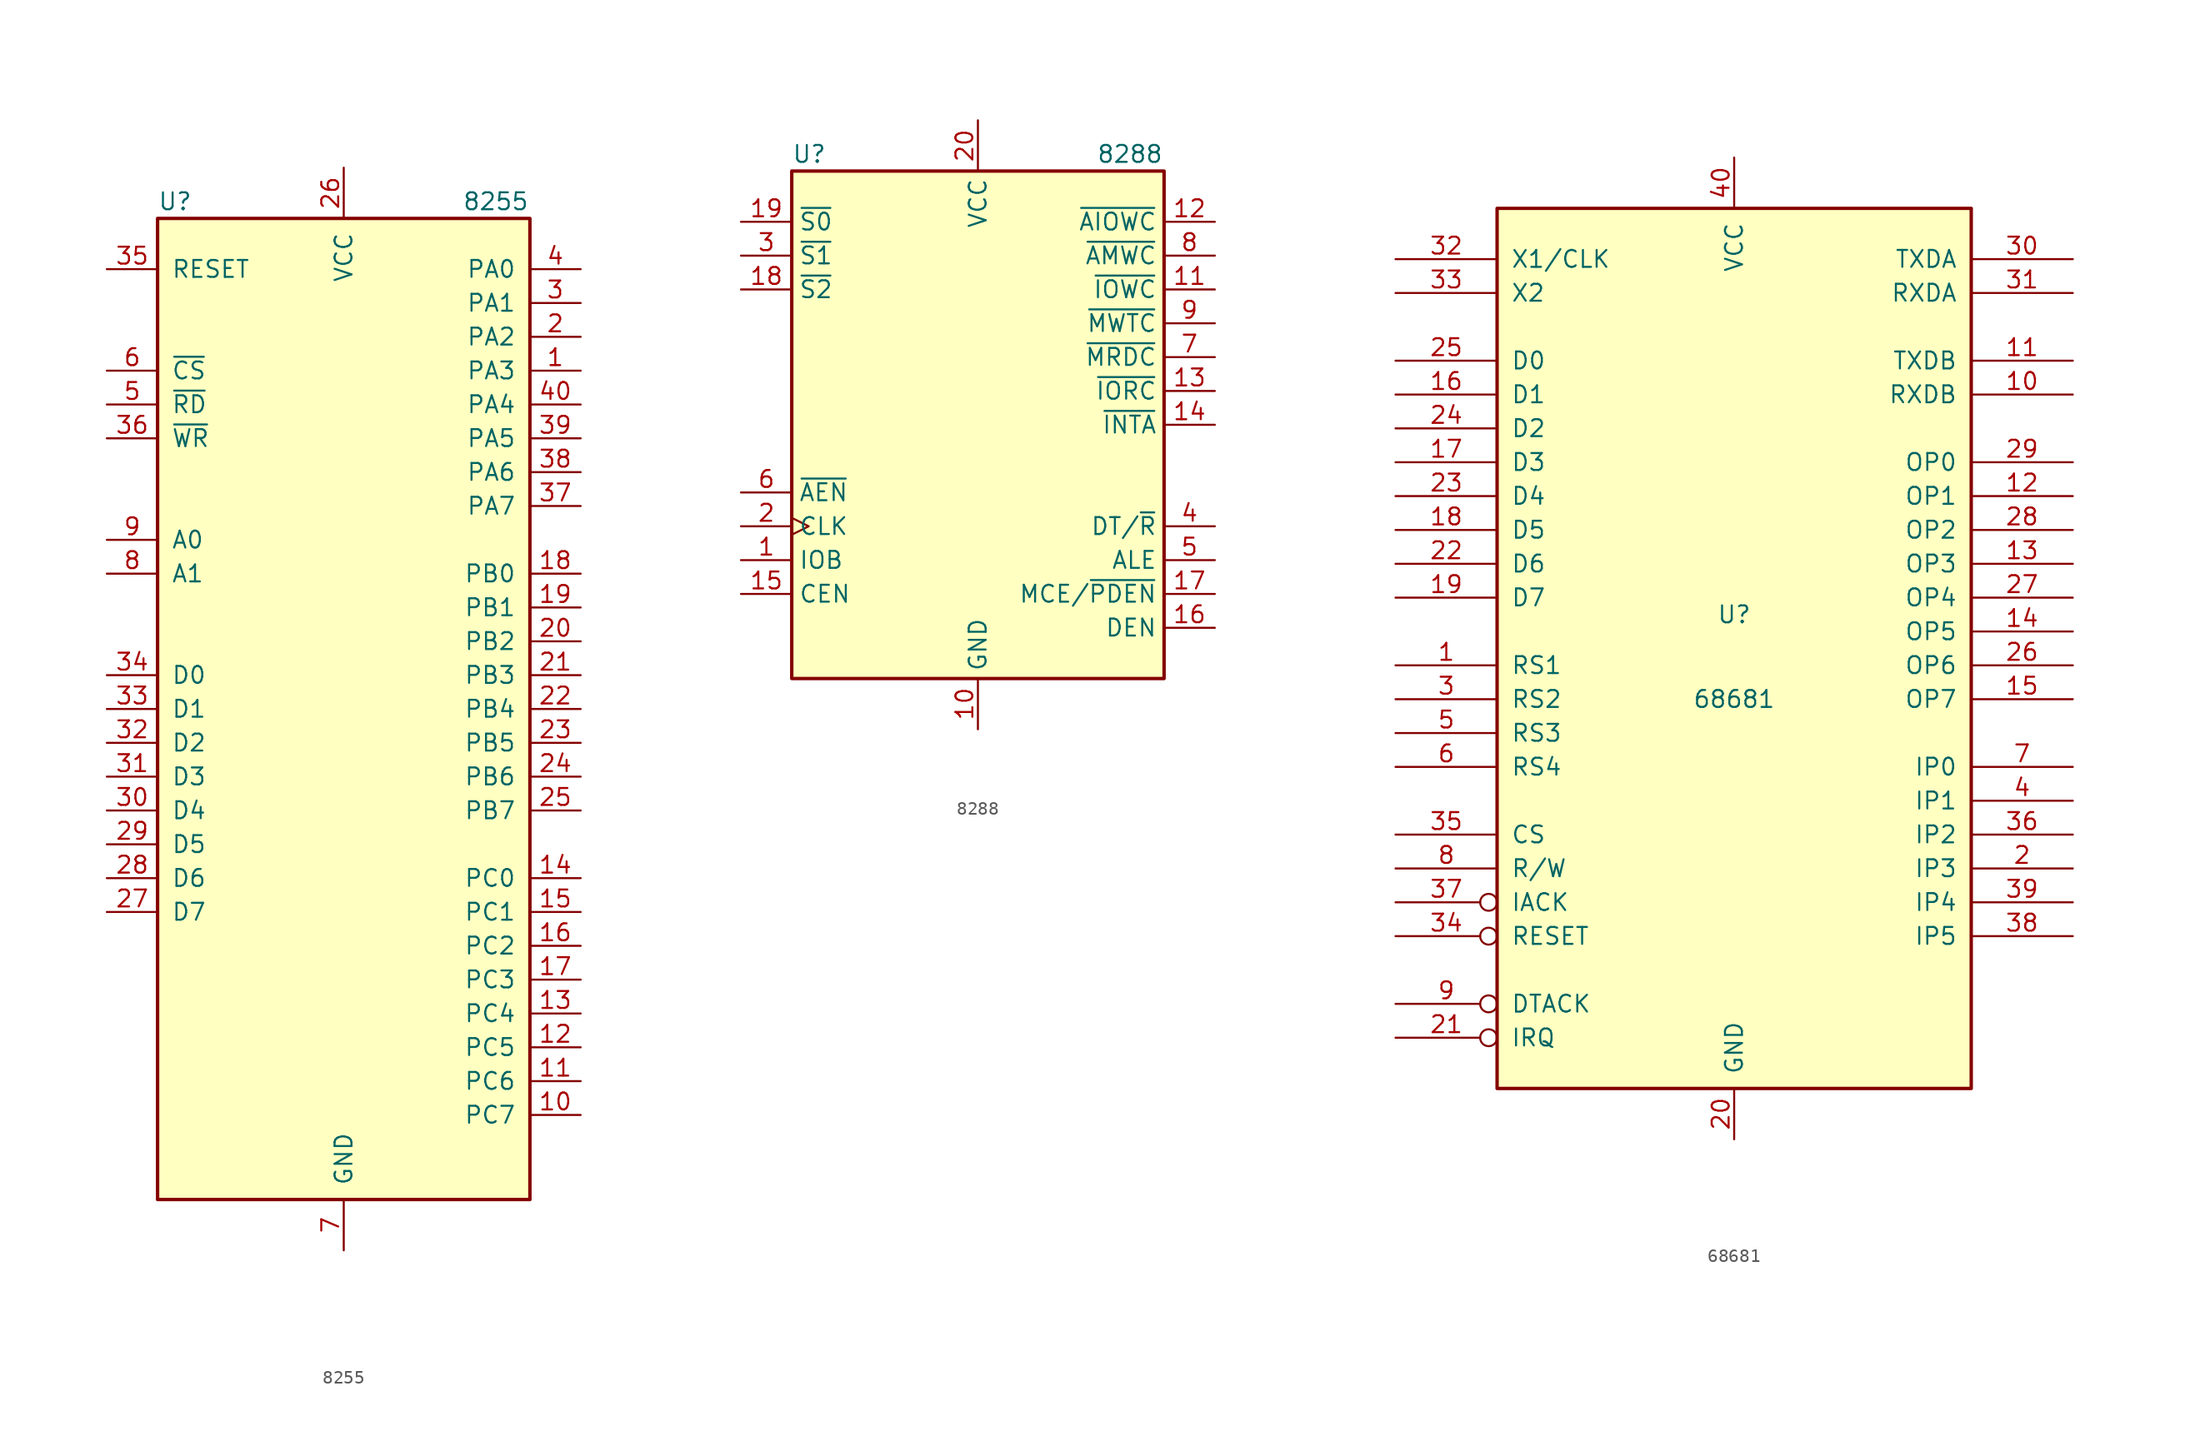
<source format=kicad_sym>
(kicad_symbol_lib
  (version 20241209)
  (generator "kicad_symbol_editor")
  (generator_version "9.0")
  (symbol "8255"
    (pin_names
      (offset 1.016))
    (property "Reference" "U"
      (at -13.97 38.1 0)
      (effects (font (size 1.27 1.27)) (justify left)))
    (property "Value" "8255"
      (at 8.89 38.1 0)
      (effects (font (size 1.27 1.27)) (justify left)))
    (symbol "8255_1_1"
      (rectangle (start -13.97 -36.83) (end 13.97 36.83) (stroke (width 0.254) (type default)) (fill (type background)))
      (pin input line (at -17.78 33.02 0) (length 3.81) (name "RESET" (effects (font (size 1.27 1.27)))) (number "35" (effects (font (size 1.27 1.27)))))
      (pin input line (at -17.78 25.4 0) (length 3.81) (name "~{CS}" (effects (font (size 1.27 1.27)))) (number "6" (effects (font (size 1.27 1.27)))))
      (pin input line (at -17.78 22.86 0) (length 3.81) (name "~{RD}" (effects (font (size 1.27 1.27)))) (number "5" (effects (font (size 1.27 1.27)))))
      (pin input line (at -17.78 20.32 0) (length 3.81) (name "~{WR}" (effects (font (size 1.27 1.27)))) (number "36" (effects (font (size 1.27 1.27)))))
      (pin input line (at -17.78 12.7 0) (length 3.81) (name "A0" (effects (font (size 1.27 1.27)))) (number "9" (effects (font (size 1.27 1.27)))))
      (pin input line (at -17.78 10.16 0) (length 3.81) (name "A1" (effects (font (size 1.27 1.27)))) (number "8" (effects (font (size 1.27 1.27)))))
      (pin bidirectional line (at -17.78 2.54 0) (length 3.81) (name "D0" (effects (font (size 1.27 1.27)))) (number "34" (effects (font (size 1.27 1.27)))))
      (pin bidirectional line (at -17.78 0 0) (length 3.81) (name "D1" (effects (font (size 1.27 1.27)))) (number "33" (effects (font (size 1.27 1.27)))))
      (pin bidirectional line (at -17.78 -2.54 0) (length 3.81) (name "D2" (effects (font (size 1.27 1.27)))) (number "32" (effects (font (size 1.27 1.27)))))
      (pin bidirectional line (at -17.78 -5.08 0) (length 3.81) (name "D3" (effects (font (size 1.27 1.27)))) (number "31" (effects (font (size 1.27 1.27)))))
      (pin bidirectional line (at -17.78 -7.62 0) (length 3.81) (name "D4" (effects (font (size 1.27 1.27)))) (number "30" (effects (font (size 1.27 1.27)))))
      (pin bidirectional line (at -17.78 -10.16 0) (length 3.81) (name "D5" (effects (font (size 1.27 1.27)))) (number "29" (effects (font (size 1.27 1.27)))))
      (pin bidirectional line (at -17.78 -12.7 0) (length 3.81) (name "D6" (effects (font (size 1.27 1.27)))) (number "28" (effects (font (size 1.27 1.27)))))
      (pin bidirectional line (at -17.78 -15.24 0) (length 3.81) (name "D7" (effects (font (size 1.27 1.27)))) (number "27" (effects (font (size 1.27 1.27)))))
      (pin power_in line (at 0 40.64 270) (length 3.81) (name "VCC" (effects (font (size 1.27 1.27)))) (number "26" (effects (font (size 1.27 1.27)))))
      (pin power_in line (at 0 -40.64 90) (length 3.81) (name "GND" (effects (font (size 1.27 1.27)))) (number "7" (effects (font (size 1.27 1.27)))))
      (pin bidirectional line (at 17.78 33.02 180) (length 3.81) (name "PA0" (effects (font (size 1.27 1.27)))) (number "4" (effects (font (size 1.27 1.27)))))
      (pin bidirectional line (at 17.78 30.48 180) (length 3.81) (name "PA1" (effects (font (size 1.27 1.27)))) (number "3" (effects (font (size 1.27 1.27)))))
      (pin bidirectional line (at 17.78 27.94 180) (length 3.81) (name "PA2" (effects (font (size 1.27 1.27)))) (number "2" (effects (font (size 1.27 1.27)))))
      (pin bidirectional line (at 17.78 25.4 180) (length 3.81) (name "PA3" (effects (font (size 1.27 1.27)))) (number "1" (effects (font (size 1.27 1.27)))))
      (pin bidirectional line (at 17.78 22.86 180) (length 3.81) (name "PA4" (effects (font (size 1.27 1.27)))) (number "40" (effects (font (size 1.27 1.27)))))
      (pin bidirectional line (at 17.78 20.32 180) (length 3.81) (name "PA5" (effects (font (size 1.27 1.27)))) (number "39" (effects (font (size 1.27 1.27)))))
      (pin bidirectional line (at 17.78 17.78 180) (length 3.81) (name "PA6" (effects (font (size 1.27 1.27)))) (number "38" (effects (font (size 1.27 1.27)))))
      (pin bidirectional line (at 17.78 15.24 180) (length 3.81) (name "PA7" (effects (font (size 1.27 1.27)))) (number "37" (effects (font (size 1.27 1.27)))))
      (pin bidirectional line (at 17.78 10.16 180) (length 3.81) (name "PB0" (effects (font (size 1.27 1.27)))) (number "18" (effects (font (size 1.27 1.27)))))
      (pin bidirectional line (at 17.78 7.62 180) (length 3.81) (name "PB1" (effects (font (size 1.27 1.27)))) (number "19" (effects (font (size 1.27 1.27)))))
      (pin bidirectional line (at 17.78 5.08 180) (length 3.81) (name "PB2" (effects (font (size 1.27 1.27)))) (number "20" (effects (font (size 1.27 1.27)))))
      (pin bidirectional line (at 17.78 2.54 180) (length 3.81) (name "PB3" (effects (font (size 1.27 1.27)))) (number "21" (effects (font (size 1.27 1.27)))))
      (pin bidirectional line (at 17.78 0 180) (length 3.81) (name "PB4" (effects (font (size 1.27 1.27)))) (number "22" (effects (font (size 1.27 1.27)))))
      (pin bidirectional line (at 17.78 -2.54 180) (length 3.81) (name "PB5" (effects (font (size 1.27 1.27)))) (number "23" (effects (font (size 1.27 1.27)))))
      (pin bidirectional line (at 17.78 -5.08 180) (length 3.81) (name "PB6" (effects (font (size 1.27 1.27)))) (number "24" (effects (font (size 1.27 1.27)))))
      (pin bidirectional line (at 17.78 -7.62 180) (length 3.81) (name "PB7" (effects (font (size 1.27 1.27)))) (number "25" (effects (font (size 1.27 1.27)))))
      (pin bidirectional line (at 17.78 -12.7 180) (length 3.81) (name "PC0" (effects (font (size 1.27 1.27)))) (number "14" (effects (font (size 1.27 1.27)))))
      (pin bidirectional line (at 17.78 -15.24 180) (length 3.81) (name "PC1" (effects (font (size 1.27 1.27)))) (number "15" (effects (font (size 1.27 1.27)))))
      (pin bidirectional line (at 17.78 -17.78 180) (length 3.81) (name "PC2" (effects (font (size 1.27 1.27)))) (number "16" (effects (font (size 1.27 1.27)))))
      (pin bidirectional line (at 17.78 -20.32 180) (length 3.81) (name "PC3" (effects (font (size 1.27 1.27)))) (number "17" (effects (font (size 1.27 1.27)))))
      (pin bidirectional line (at 17.78 -22.86 180) (length 3.81) (name "PC4" (effects (font (size 1.27 1.27)))) (number "13" (effects (font (size 1.27 1.27)))))
      (pin bidirectional line (at 17.78 -25.4 180) (length 3.81) (name "PC5" (effects (font (size 1.27 1.27)))) (number "12" (effects (font (size 1.27 1.27)))))
      (pin bidirectional line (at 17.78 -27.94 180) (length 3.81) (name "PC6" (effects (font (size 1.27 1.27)))) (number "11" (effects (font (size 1.27 1.27)))))
      (pin bidirectional line (at 17.78 -30.48 180) (length 3.81) (name "PC7" (effects (font (size 1.27 1.27)))) (number "10" (effects (font (size 1.27 1.27)))))))
  (symbol "8288"
    (property "Reference" "U"
      (at -13.97 20.32 0)
      (effects (font (size 1.27 1.27)) (justify left)))
    (property "Value" "8288"
      (at 8.89 20.32 0)
      (effects (font (size 1.27 1.27)) (justify left)))
    (symbol "8288_0_0"
      (rectangle (start -13.97 -19.05) (end 13.97 19.05) (stroke (width 0.254) (type default)) (fill (type background))))
    (symbol "8288_1_1"
      (pin input line (at -17.78 15.24 0) (length 3.81) (name "~{S0}" (effects (font (size 1.27 1.27)))) (number "19" (effects (font (size 1.27 1.27)))))
      (pin input line (at -17.78 12.7 0) (length 3.81) (name "~{S1}" (effects (font (size 1.27 1.27)))) (number "3" (effects (font (size 1.27 1.27)))))
      (pin input line (at -17.78 10.16 0) (length 3.81) (name "~{S2}" (effects (font (size 1.27 1.27)))) (number "18" (effects (font (size 1.27 1.27)))))
      (pin input line (at -17.78 -5.08 0) (length 3.81) (name "~{AEN}" (effects (font (size 1.27 1.27)))) (number "6" (effects (font (size 1.27 1.27)))))
      (pin input clock (at -17.78 -7.62 0) (length 3.81) (name "CLK" (effects (font (size 1.27 1.27)))) (number "2" (effects (font (size 1.27 1.27)))))
      (pin input line (at -17.78 -10.16 0) (length 3.81) (name "IOB" (effects (font (size 1.27 1.27)))) (number "1" (effects (font (size 1.27 1.27)))))
      (pin input line (at -17.78 -12.7 0) (length 3.81) (name "CEN" (effects (font (size 1.27 1.27)))) (number "15" (effects (font (size 1.27 1.27)))))
      (pin power_in line (at 0 22.86 270) (length 3.81) (name "VCC" (effects (font (size 1.27 1.27)))) (number "20" (effects (font (size 1.27 1.27)))))
      (pin power_in line (at 0 -22.86 90) (length 3.81) (name "GND" (effects (font (size 1.27 1.27)))) (number "10" (effects (font (size 1.27 1.27)))))
      (pin tri_state line (at 17.78 15.24 180) (length 3.81) (name "~{AIOWC}" (effects (font (size 1.27 1.27)))) (number "12" (effects (font (size 1.27 1.27)))))
      (pin tri_state line (at 17.78 12.7 180) (length 3.81) (name "~{AMWC}" (effects (font (size 1.27 1.27)))) (number "8" (effects (font (size 1.27 1.27)))))
      (pin tri_state line (at 17.78 10.16 180) (length 3.81) (name "~{IOWC}" (effects (font (size 1.27 1.27)))) (number "11" (effects (font (size 1.27 1.27)))))
      (pin tri_state line (at 17.78 7.62 180) (length 3.81) (name "~{MWTC}" (effects (font (size 1.27 1.27)))) (number "9" (effects (font (size 1.27 1.27)))))
      (pin tri_state line (at 17.78 5.08 180) (length 3.81) (name "~{MRDC}" (effects (font (size 1.27 1.27)))) (number "7" (effects (font (size 1.27 1.27)))))
      (pin tri_state line (at 17.78 2.54 180) (length 3.81) (name "~{IORC}" (effects (font (size 1.27 1.27)))) (number "13" (effects (font (size 1.27 1.27)))))
      (pin tri_state line (at 17.78 0 180) (length 3.81) (name "~{INTA}" (effects (font (size 1.27 1.27)))) (number "14" (effects (font (size 1.27 1.27)))))
      (pin output line (at 17.78 -7.62 180) (length 3.81) (name "DT/~{R}" (effects (font (size 1.27 1.27)))) (number "4" (effects (font (size 1.27 1.27)))))
      (pin output line (at 17.78 -10.16 180) (length 3.81) (name "ALE" (effects (font (size 1.27 1.27)))) (number "5" (effects (font (size 1.27 1.27)))))
      (pin output line (at 17.78 -12.7 180) (length 3.81) (name "MCE/~{PDEN}" (effects (font (size 1.27 1.27)))) (number "17" (effects (font (size 1.27 1.27)))))
      (pin output line (at 17.78 -15.24 180) (length 3.81) (name "DEN" (effects (font (size 1.27 1.27)))) (number "16" (effects (font (size 1.27 1.27)))))))
  (symbol "68681"
    (pin_names
      (offset 1.016))
    (property "Reference" "U"
      (at 0 3.81 0)
      (effects (font (size 1.27 1.27))))
    (property "Value" "68681"
      (at 0 -2.54 0)
      (effects (font (size 1.27 1.27))))
    (symbol "68681_0_1"
      (rectangle (start -17.78 -31.75) (end 17.78 34.29) (stroke (width 0.254) (type default)) (fill (type background))))
    (symbol "68681_1_1"
      (pin input line (at -25.4 30.48 0) (length 7.62) (name "X1/CLK" (effects (font (size 1.27 1.27)))) (number "32" (effects (font (size 1.27 1.27)))))
      (pin input line (at -25.4 27.94 0) (length 7.62) (name "X2" (effects (font (size 1.27 1.27)))) (number "33" (effects (font (size 1.27 1.27)))))
      (pin tri_state line (at -25.4 22.86 0) (length 7.62) (name "D0" (effects (font (size 1.27 1.27)))) (number "25" (effects (font (size 1.27 1.27)))))
      (pin tri_state line (at -25.4 20.32 0) (length 7.62) (name "D1" (effects (font (size 1.27 1.27)))) (number "16" (effects (font (size 1.27 1.27)))))
      (pin tri_state line (at -25.4 17.78 0) (length 7.62) (name "D2" (effects (font (size 1.27 1.27)))) (number "24" (effects (font (size 1.27 1.27)))))
      (pin tri_state line (at -25.4 15.24 0) (length 7.62) (name "D3" (effects (font (size 1.27 1.27)))) (number "17" (effects (font (size 1.27 1.27)))))
      (pin tri_state line (at -25.4 12.7 0) (length 7.62) (name "D4" (effects (font (size 1.27 1.27)))) (number "23" (effects (font (size 1.27 1.27)))))
      (pin tri_state line (at -25.4 10.16 0) (length 7.62) (name "D5" (effects (font (size 1.27 1.27)))) (number "18" (effects (font (size 1.27 1.27)))))
      (pin tri_state line (at -25.4 7.62 0) (length 7.62) (name "D6" (effects (font (size 1.27 1.27)))) (number "22" (effects (font (size 1.27 1.27)))))
      (pin tri_state line (at -25.4 5.08 0) (length 7.62) (name "D7" (effects (font (size 1.27 1.27)))) (number "19" (effects (font (size 1.27 1.27)))))
      (pin input line (at -25.4 0 0) (length 7.62) (name "RS1" (effects (font (size 1.27 1.27)))) (number "1" (effects (font (size 1.27 1.27)))))
      (pin input line (at -25.4 -2.54 0) (length 7.62) (name "RS2" (effects (font (size 1.27 1.27)))) (number "3" (effects (font (size 1.27 1.27)))))
      (pin input line (at -25.4 -5.08 0) (length 7.62) (name "RS3" (effects (font (size 1.27 1.27)))) (number "5" (effects (font (size 1.27 1.27)))))
      (pin input line (at -25.4 -7.62 0) (length 7.62) (name "RS4" (effects (font (size 1.27 1.27)))) (number "6" (effects (font (size 1.27 1.27)))))
      (pin input line (at -25.4 -12.7 0) (length 7.62) (name "CS" (effects (font (size 1.27 1.27)))) (number "35" (effects (font (size 1.27 1.27)))))
      (pin input line (at -25.4 -15.24 0) (length 7.62) (name "R/W" (effects (font (size 1.27 1.27)))) (number "8" (effects (font (size 1.27 1.27)))))
      (pin input inverted (at -25.4 -17.78 0) (length 7.62) (name "IACK" (effects (font (size 1.27 1.27)))) (number "37" (effects (font (size 1.27 1.27)))))
      (pin input inverted (at -25.4 -20.32 0) (length 7.62) (name "RESET" (effects (font (size 1.27 1.27)))) (number "34" (effects (font (size 1.27 1.27)))))
      (pin open_collector inverted (at -25.4 -25.4 0) (length 7.62) (name "DTACK" (effects (font (size 1.27 1.27)))) (number "9" (effects (font (size 1.27 1.27)))))
      (pin output inverted (at -25.4 -27.94 0) (length 7.62) (name "IRQ" (effects (font (size 1.27 1.27)))) (number "21" (effects (font (size 1.27 1.27)))))
      (pin power_in line (at 0 38.1 270) (length 3.81) (name "VCC" (effects (font (size 1.27 1.27)))) (number "40" (effects (font (size 1.27 1.27)))))
      (pin power_in line (at 0 -35.56 90) (length 3.81) (name "GND" (effects (font (size 1.27 1.27)))) (number "20" (effects (font (size 1.27 1.27)))))
      (pin output line (at 25.4 30.48 180) (length 7.62) (name "TXDA" (effects (font (size 1.27 1.27)))) (number "30" (effects (font (size 1.27 1.27)))))
      (pin input line (at 25.4 27.94 180) (length 7.62) (name "RXDA" (effects (font (size 1.27 1.27)))) (number "31" (effects (font (size 1.27 1.27)))))
      (pin output line (at 25.4 22.86 180) (length 7.62) (name "TXDB" (effects (font (size 1.27 1.27)))) (number "11" (effects (font (size 1.27 1.27)))))
      (pin input line (at 25.4 20.32 180) (length 7.62) (name "RXDB" (effects (font (size 1.27 1.27)))) (number "10" (effects (font (size 1.27 1.27)))))
      (pin output line (at 25.4 15.24 180) (length 7.62) (name "OP0" (effects (font (size 1.27 1.27)))) (number "29" (effects (font (size 1.27 1.27)))))
      (pin output line (at 25.4 12.7 180) (length 7.62) (name "OP1" (effects (font (size 1.27 1.27)))) (number "12" (effects (font (size 1.27 1.27)))))
      (pin output line (at 25.4 10.16 180) (length 7.62) (name "OP2" (effects (font (size 1.27 1.27)))) (number "28" (effects (font (size 1.27 1.27)))))
      (pin output line (at 25.4 7.62 180) (length 7.62) (name "OP3" (effects (font (size 1.27 1.27)))) (number "13" (effects (font (size 1.27 1.27)))))
      (pin output line (at 25.4 5.08 180) (length 7.62) (name "OP4" (effects (font (size 1.27 1.27)))) (number "27" (effects (font (size 1.27 1.27)))))
      (pin output line (at 25.4 2.54 180) (length 7.62) (name "OP5" (effects (font (size 1.27 1.27)))) (number "14" (effects (font (size 1.27 1.27)))))
      (pin output line (at 25.4 0 180) (length 7.62) (name "OP6" (effects (font (size 1.27 1.27)))) (number "26" (effects (font (size 1.27 1.27)))))
      (pin output line (at 25.4 -2.54 180) (length 7.62) (name "OP7" (effects (font (size 1.27 1.27)))) (number "15" (effects (font (size 1.27 1.27)))))
      (pin input line (at 25.4 -7.62 180) (length 7.62) (name "IP0" (effects (font (size 1.27 1.27)))) (number "7" (effects (font (size 1.27 1.27)))))
      (pin input line (at 25.4 -10.16 180) (length 7.62) (name "IP1" (effects (font (size 1.27 1.27)))) (number "4" (effects (font (size 1.27 1.27)))))
      (pin input line (at 25.4 -12.7 180) (length 7.62) (name "IP2" (effects (font (size 1.27 1.27)))) (number "36" (effects (font (size 1.27 1.27)))))
      (pin input line (at 25.4 -15.24 180) (length 7.62) (name "IP3" (effects (font (size 1.27 1.27)))) (number "2" (effects (font (size 1.27 1.27)))))
      (pin input line (at 25.4 -17.78 180) (length 7.62) (name "IP4" (effects (font (size 1.27 1.27)))) (number "39" (effects (font (size 1.27 1.27)))))
      (pin input line (at 25.4 -20.32 180) (length 7.62) (name "IP5" (effects (font (size 1.27 1.27)))) (number "38" (effects (font (size 1.27 1.27))))))))
</source>
